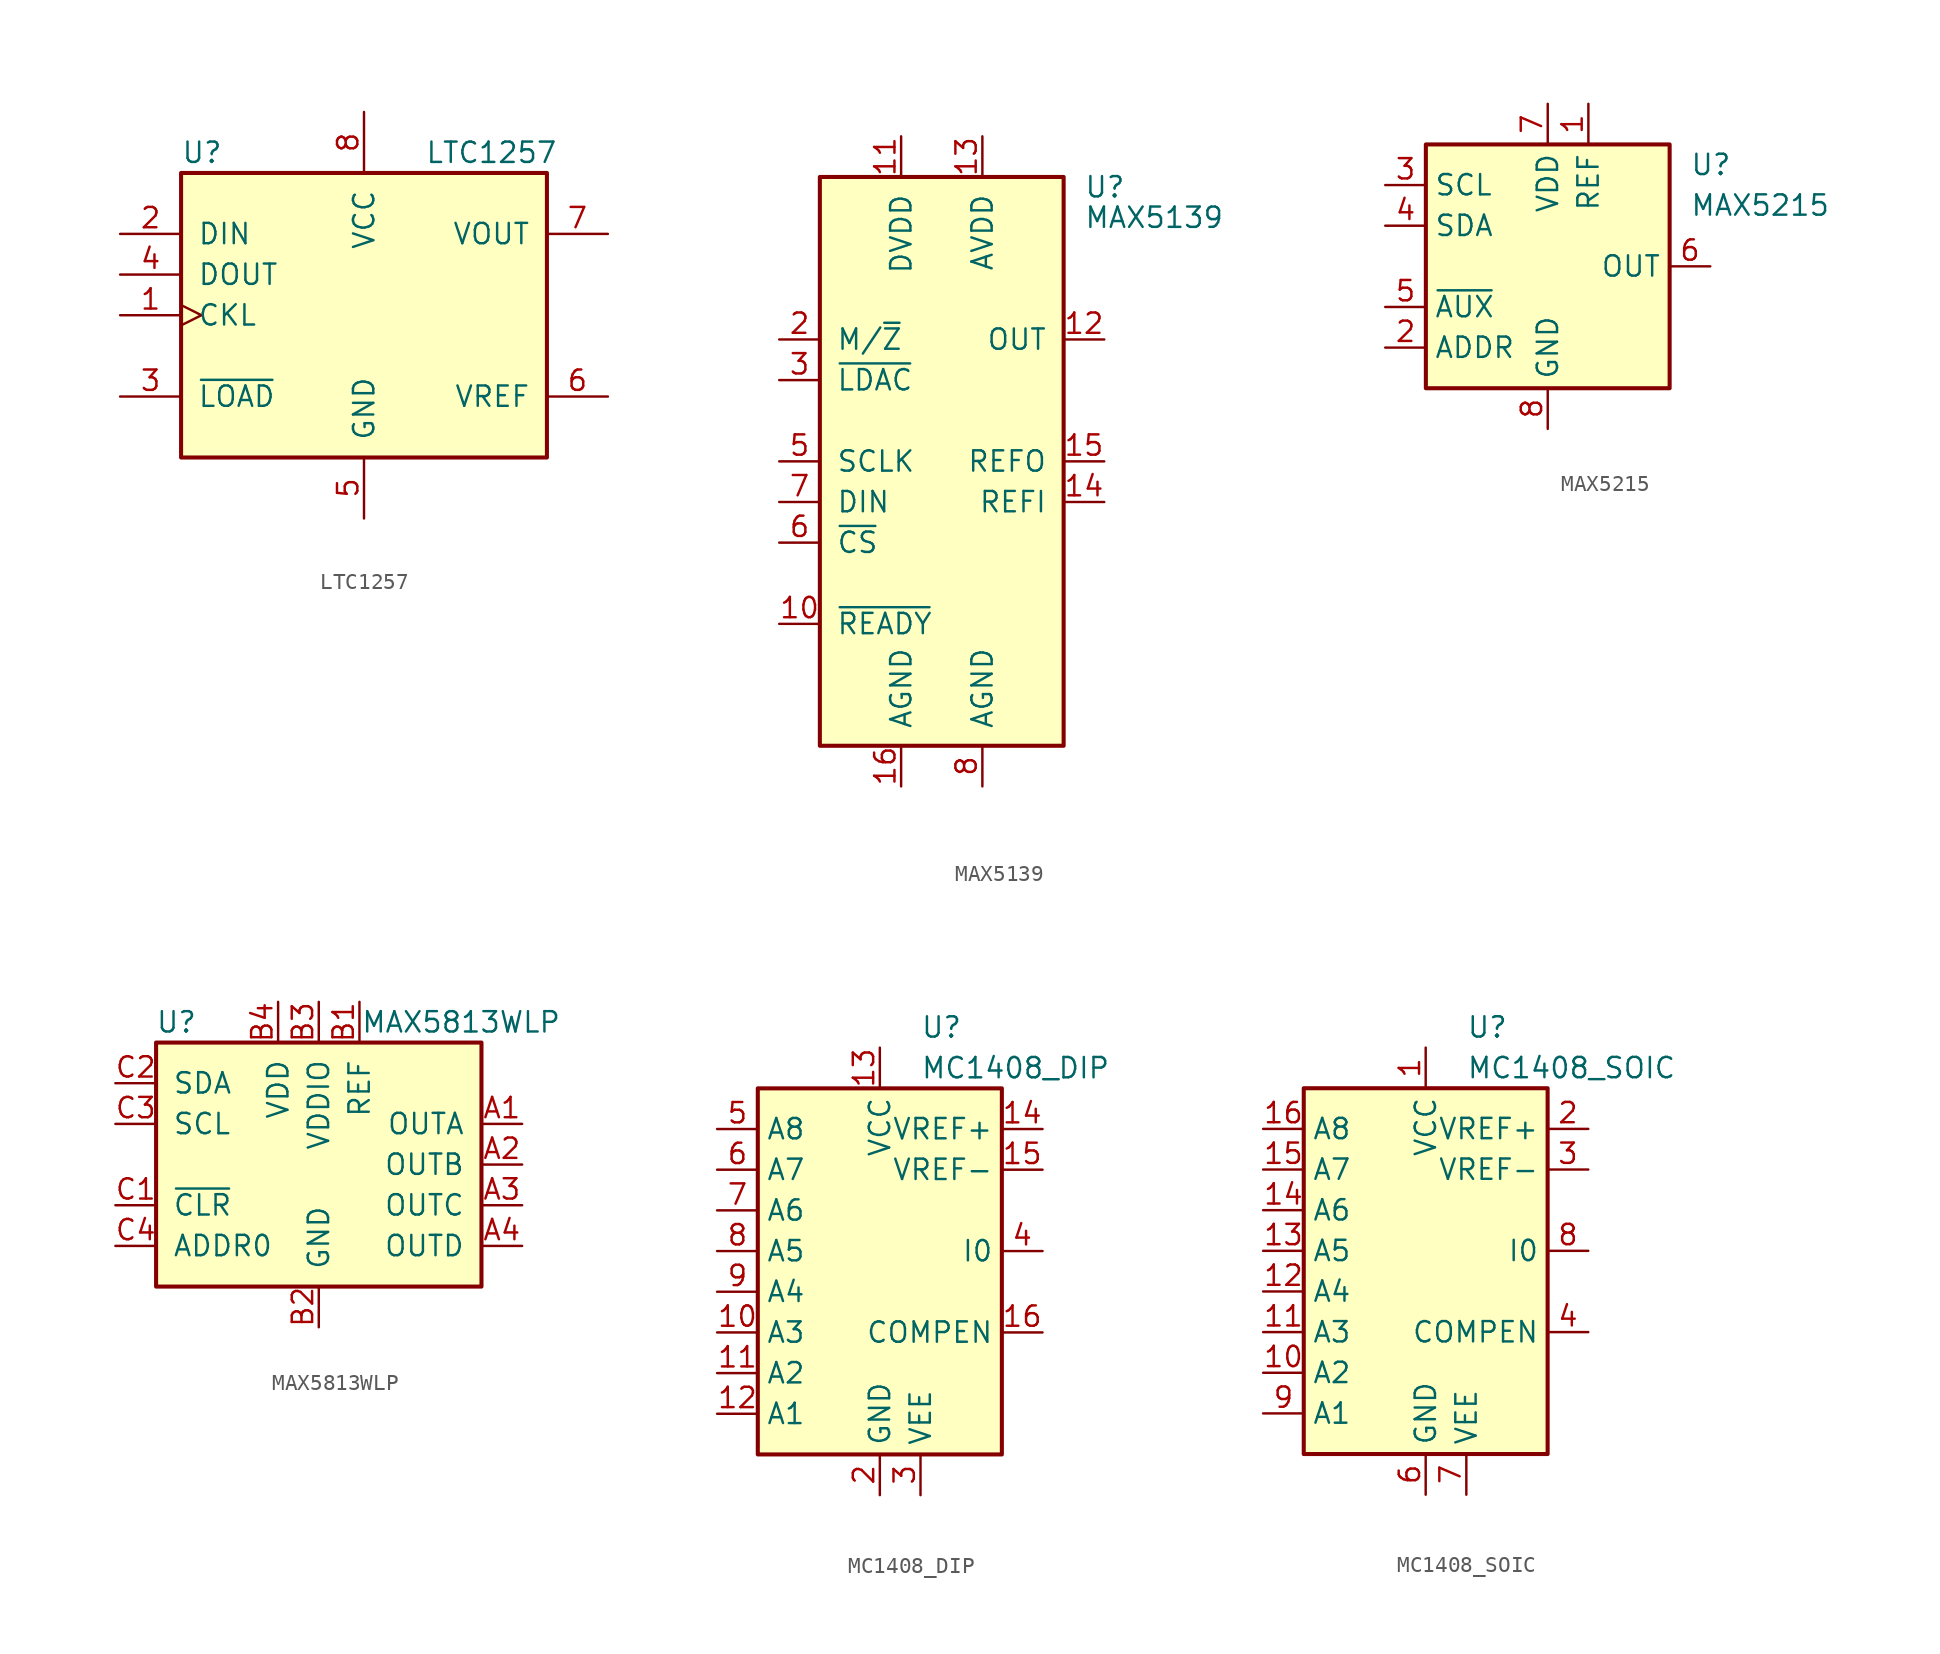
<source format=kicad_sym>
(kicad_symbol_lib
  (version 20201005)
  (generator kicad_symbol_editor)
  (symbol "LTC1257"
    (pin_names
      (offset 1.016))
    (property "Reference" "U"
      (at -11.43 10.16 0)
      (effects (font (size 1.27 1.27)) (justify left)))
    (property "Value" "LTC1257"
      (at 3.81 10.16 0)
      (effects (font (size 1.27 1.27)) (justify left)))
    (symbol "LTC1257_0_1"
      (rectangle (start -11.43 8.89) (end 11.43 -8.89) (stroke (width 0.254)) (fill (type background))))
    (symbol "LTC1257_1_1"
      (pin input clock (at -15.24 0 0) (length 3.81) (name "CKL" (effects (font (size 1.27 1.27)))) (number "1" (effects (font (size 1.27 1.27)))))
      (pin input line (at -15.24 5.08 0) (length 3.81) (name "DIN" (effects (font (size 1.27 1.27)))) (number "2" (effects (font (size 1.27 1.27)))))
      (pin input line (at -15.24 -5.08 0) (length 3.81) (name "~LOAD~" (effects (font (size 1.27 1.27)))) (number "3" (effects (font (size 1.27 1.27)))))
      (pin output line (at -15.24 2.54 0) (length 3.81) (name "DOUT" (effects (font (size 1.27 1.27)))) (number "4" (effects (font (size 1.27 1.27)))))
      (pin power_in line (at 0 -12.7 90) (length 3.81) (name "GND" (effects (font (size 1.27 1.27)))) (number "5" (effects (font (size 1.27 1.27)))))
      (pin bidirectional line (at 15.24 -5.08 180) (length 3.81) (name "VREF" (effects (font (size 1.27 1.27)))) (number "6" (effects (font (size 1.27 1.27)))))
      (pin output line (at 15.24 5.08 180) (length 3.81) (name "VOUT" (effects (font (size 1.27 1.27)))) (number "7" (effects (font (size 1.27 1.27)))))
      (pin power_in line (at 0 12.7 270) (length 3.81) (name "VCC" (effects (font (size 1.27 1.27)))) (number "8" (effects (font (size 1.27 1.27)))))))
  (symbol "MAX5139"
    (pin_names
      (offset 1.016))
    (property "Reference" "U"
      (at 8.89 17.145 0)
      (effects (font (size 1.27 1.27)) (justify left)))
    (property "Value" "MAX5139"
      (at 8.89 15.24 0)
      (effects (font (size 1.27 1.27)) (justify left)))
    (symbol "MAX5139_0_1"
      (rectangle (start -7.62 17.78) (end 7.62 -17.78) (stroke (width 0.254)) (fill (type background))))
    (symbol "MAX5139_1_1"
      (pin no_connect line (at 10.16 -10.16 180) (length 2.54) hide (name "NC" (effects (font (size 1.27 1.27)))) (number "1" (effects (font (size 1.27 1.27)))))
      (pin output line (at -10.16 -10.16 0) (length 2.54) (name "~READY" (effects (font (size 1.27 1.27)))) (number "10" (effects (font (size 1.27 1.27)))))
      (pin power_in line (at -2.54 20.32 270) (length 2.54) (name "DVDD" (effects (font (size 1.27 1.27)))) (number "11" (effects (font (size 1.27 1.27)))))
      (pin output line (at 10.16 7.62 180) (length 2.54) (name "OUT" (effects (font (size 1.27 1.27)))) (number "12" (effects (font (size 1.27 1.27)))))
      (pin power_in line (at 2.54 20.32 270) (length 2.54) (name "AVDD" (effects (font (size 1.27 1.27)))) (number "13" (effects (font (size 1.27 1.27)))))
      (pin input line (at 10.16 -2.54 180) (length 2.54) (name "REFI" (effects (font (size 1.27 1.27)))) (number "14" (effects (font (size 1.27 1.27)))))
      (pin output line (at 10.16 0 180) (length 2.54) (name "REFO" (effects (font (size 1.27 1.27)))) (number "15" (effects (font (size 1.27 1.27)))))
      (pin power_in line (at -2.54 -20.32 90) (length 2.54) (name "AGND" (effects (font (size 1.27 1.27)))) (number "16" (effects (font (size 1.27 1.27)))))
      (pin input line (at -10.16 7.62 0) (length 2.54) (name "M/~Z" (effects (font (size 1.27 1.27)))) (number "2" (effects (font (size 1.27 1.27)))))
      (pin input line (at -10.16 5.08 0) (length 2.54) (name "~LDAC" (effects (font (size 1.27 1.27)))) (number "3" (effects (font (size 1.27 1.27)))))
      (pin no_connect line (at 10.16 -7.62 180) (length 2.54) hide (name "NC" (effects (font (size 1.27 1.27)))) (number "4" (effects (font (size 1.27 1.27)))))
      (pin input line (at -10.16 0 0) (length 2.54) (name "SCLK" (effects (font (size 1.27 1.27)))) (number "5" (effects (font (size 1.27 1.27)))))
      (pin input line (at -10.16 -5.08 0) (length 2.54) (name "~CS" (effects (font (size 1.27 1.27)))) (number "6" (effects (font (size 1.27 1.27)))))
      (pin input line (at -10.16 -2.54 0) (length 2.54) (name "DIN" (effects (font (size 1.27 1.27)))) (number "7" (effects (font (size 1.27 1.27)))))
      (pin power_in line (at 2.54 -20.32 90) (length 2.54) (name "AGND" (effects (font (size 1.27 1.27)))) (number "8" (effects (font (size 1.27 1.27)))))
      (pin no_connect line (at 10.16 -5.08 180) (length 2.54) hide (name "NC" (effects (font (size 1.27 1.27)))) (number "9" (effects (font (size 1.27 1.27)))))))
  (symbol "MAX5215"
    (property "Reference" "U"
      (at 8.89 6.35 0)
      (effects (font (size 1.27 1.27)) (justify left)))
    (property "Value" "MAX5215"
      (at 8.89 3.81 0)
      (effects (font (size 1.27 1.27)) (justify left)))
    (symbol "MAX5215_0_1"
      (rectangle (start -7.62 7.62) (end 7.62 -7.62) (stroke (width 0.254)) (fill (type background))))
    (symbol "MAX5215_1_1"
      (pin power_in line (at 2.54 10.16 270) (length 2.54) (name "REF" (effects (font (size 1.27 1.27)))) (number "1" (effects (font (size 1.27 1.27)))))
      (pin input line (at -10.16 -5.08 0) (length 2.54) (name "ADDR" (effects (font (size 1.27 1.27)))) (number "2" (effects (font (size 1.27 1.27)))))
      (pin input line (at -10.16 5.08 0) (length 2.54) (name "SCL" (effects (font (size 1.27 1.27)))) (number "3" (effects (font (size 1.27 1.27)))))
      (pin bidirectional line (at -10.16 2.54 0) (length 2.54) (name "SDA" (effects (font (size 1.27 1.27)))) (number "4" (effects (font (size 1.27 1.27)))))
      (pin input line (at -10.16 -2.54 0) (length 2.54) (name "~AUX" (effects (font (size 1.27 1.27)))) (number "5" (effects (font (size 1.27 1.27)))))
      (pin output line (at 10.16 0 180) (length 2.54) (name "OUT" (effects (font (size 1.27 1.27)))) (number "6" (effects (font (size 1.27 1.27)))))
      (pin power_in line (at 0 10.16 270) (length 2.54) (name "VDD" (effects (font (size 1.27 1.27)))) (number "7" (effects (font (size 1.27 1.27)))))
      (pin power_in line (at 0 -10.16 90) (length 2.54) (name "GND" (effects (font (size 1.27 1.27)))) (number "8" (effects (font (size 1.27 1.27)))))))
  (symbol "MAX5813WLP"
    (pin_names
      (offset 1.016))
    (property "Reference" "U"
      (at -8.89 8.89 0)
      (effects (font (size 1.27 1.27))))
    (property "Value" "MAX5813WLP"
      (at 8.89 8.89 0)
      (effects (font (size 1.27 1.27))))
    (symbol "MAX5813WLP_0_1"
      (rectangle (start -10.16 7.62) (end 10.16 -7.62) (stroke (width 0.254)) (fill (type background))))
    (symbol "MAX5813WLP_1_1"
      (pin output line (at 12.7 2.54 180) (length 2.54) (name "OUTA" (effects (font (size 1.27 1.27)))) (number "A1" (effects (font (size 1.27 1.27)))))
      (pin output line (at 12.7 0 180) (length 2.54) (name "OUTB" (effects (font (size 1.27 1.27)))) (number "A2" (effects (font (size 1.27 1.27)))))
      (pin output line (at 12.7 -2.54 180) (length 2.54) (name "OUTC" (effects (font (size 1.27 1.27)))) (number "A3" (effects (font (size 1.27 1.27)))))
      (pin output line (at 12.7 -5.08 180) (length 2.54) (name "OUTD" (effects (font (size 1.27 1.27)))) (number "A4" (effects (font (size 1.27 1.27)))))
      (pin power_in line (at 2.54 10.16 270) (length 2.54) (name "REF" (effects (font (size 1.27 1.27)))) (number "B1" (effects (font (size 1.27 1.27)))))
      (pin power_in line (at 0 -10.16 90) (length 2.54) (name "GND" (effects (font (size 1.27 1.27)))) (number "B2" (effects (font (size 1.27 1.27)))))
      (pin power_in line (at 0 10.16 270) (length 2.54) (name "VDDIO" (effects (font (size 1.27 1.27)))) (number "B3" (effects (font (size 1.27 1.27)))))
      (pin power_in line (at -2.54 10.16 270) (length 2.54) (name "VDD" (effects (font (size 1.27 1.27)))) (number "B4" (effects (font (size 1.27 1.27)))))
      (pin input line (at -12.7 -2.54 0) (length 2.54) (name "~CLR" (effects (font (size 1.27 1.27)))) (number "C1" (effects (font (size 1.27 1.27)))))
      (pin bidirectional line (at -12.7 5.08 0) (length 2.54) (name "SDA" (effects (font (size 1.27 1.27)))) (number "C2" (effects (font (size 1.27 1.27)))))
      (pin input line (at -12.7 2.54 0) (length 2.54) (name "SCL" (effects (font (size 1.27 1.27)))) (number "C3" (effects (font (size 1.27 1.27)))))
      (pin input line (at -12.7 -5.08 0) (length 2.54) (name "ADDR0" (effects (font (size 1.27 1.27)))) (number "C4" (effects (font (size 1.27 1.27)))))))
  (symbol "MC1408_DIP"
    (property "Reference" "U"
      (at 2.54 16.51 0)
      (effects (font (size 1.27 1.27)) (justify left)))
    (property "Value" "MC1408_DIP"
      (at 2.54 13.97 0)
      (effects (font (size 1.27 1.27)) (justify left)))
    (symbol "MC1408_DIP_0_0"
      (rectangle (start -7.62 -10.16) (end 7.62 12.7) (stroke (width 0.254)) (fill (type background))))
    (symbol "MC1408_DIP_1_1"
      (pin no_connect line (at 10.16 -5.08 180) (length 2.54) hide (name "NC" (effects (font (size 1.27 1.27)))) (number "1" (effects (font (size 1.27 1.27)))))
      (pin input line (at -10.16 -2.54 0) (length 2.54) (name "A3" (effects (font (size 1.27 1.27)))) (number "10" (effects (font (size 1.27 1.27)))))
      (pin input line (at -10.16 -5.08 0) (length 2.54) (name "A2" (effects (font (size 1.27 1.27)))) (number "11" (effects (font (size 1.27 1.27)))))
      (pin input line (at -10.16 -7.62 0) (length 2.54) (name "A1" (effects (font (size 1.27 1.27)))) (number "12" (effects (font (size 1.27 1.27)))))
      (pin power_in line (at 0 15.24 270) (length 2.54) (name "VCC" (effects (font (size 1.27 1.27)))) (number "13" (effects (font (size 1.27 1.27)))))
      (pin output line (at 10.16 10.16 180) (length 2.54) (name "VREF+" (effects (font (size 1.27 1.27)))) (number "14" (effects (font (size 1.27 1.27)))))
      (pin output line (at 10.16 7.62 180) (length 2.54) (name "VREF-" (effects (font (size 1.27 1.27)))) (number "15" (effects (font (size 1.27 1.27)))))
      (pin passive line (at 10.16 -2.54 180) (length 2.54) (name "COMPEN" (effects (font (size 1.27 1.27)))) (number "16" (effects (font (size 1.27 1.27)))))
      (pin power_in line (at 0 -12.7 90) (length 2.54) (name "GND" (effects (font (size 1.27 1.27)))) (number "2" (effects (font (size 1.27 1.27)))))
      (pin power_in line (at 2.54 -12.7 90) (length 2.54) (name "VEE" (effects (font (size 1.27 1.27)))) (number "3" (effects (font (size 1.27 1.27)))))
      (pin input line (at 10.16 2.54 180) (length 2.54) (name "I0" (effects (font (size 1.27 1.27)))) (number "4" (effects (font (size 1.27 1.27)))))
      (pin input line (at -10.16 10.16 0) (length 2.54) (name "A8" (effects (font (size 1.27 1.27)))) (number "5" (effects (font (size 1.27 1.27)))))
      (pin input line (at -10.16 7.62 0) (length 2.54) (name "A7" (effects (font (size 1.27 1.27)))) (number "6" (effects (font (size 1.27 1.27)))))
      (pin input line (at -10.16 5.08 0) (length 2.54) (name "A6" (effects (font (size 1.27 1.27)))) (number "7" (effects (font (size 1.27 1.27)))))
      (pin input line (at -10.16 2.54 0) (length 2.54) (name "A5" (effects (font (size 1.27 1.27)))) (number "8" (effects (font (size 1.27 1.27)))))
      (pin input line (at -10.16 0 0) (length 2.54) (name "A4" (effects (font (size 1.27 1.27)))) (number "9" (effects (font (size 1.27 1.27)))))))
  (symbol "MC1408_SOIC"
    (property "Reference" "U"
      (at 2.54 16.51 0)
      (effects (font (size 1.27 1.27)) (justify left)))
    (property "Value" "MC1408_SOIC"
      (at 2.54 13.97 0)
      (effects (font (size 1.27 1.27)) (justify left)))
    (symbol "MC1408_SOIC_0_0"
      (rectangle (start -7.62 -10.16) (end 7.62 12.7) (stroke (width 0.254)) (fill (type background))))
    (symbol "MC1408_SOIC_1_1"
      (pin power_in line (at 0 15.24 270) (length 2.54) (name "VCC" (effects (font (size 1.27 1.27)))) (number "1" (effects (font (size 1.27 1.27)))))
      (pin input line (at -10.16 -5.08 0) (length 2.54) (name "A2" (effects (font (size 1.27 1.27)))) (number "10" (effects (font (size 1.27 1.27)))))
      (pin input line (at -10.16 -2.54 0) (length 2.54) (name "A3" (effects (font (size 1.27 1.27)))) (number "11" (effects (font (size 1.27 1.27)))))
      (pin input line (at -10.16 0 0) (length 2.54) (name "A4" (effects (font (size 1.27 1.27)))) (number "12" (effects (font (size 1.27 1.27)))))
      (pin input line (at -10.16 2.54 0) (length 2.54) (name "A5" (effects (font (size 1.27 1.27)))) (number "13" (effects (font (size 1.27 1.27)))))
      (pin input line (at -10.16 5.08 0) (length 2.54) (name "A6" (effects (font (size 1.27 1.27)))) (number "14" (effects (font (size 1.27 1.27)))))
      (pin input line (at -10.16 7.62 0) (length 2.54) (name "A7" (effects (font (size 1.27 1.27)))) (number "15" (effects (font (size 1.27 1.27)))))
      (pin input line (at -10.16 10.16 0) (length 2.54) (name "A8" (effects (font (size 1.27 1.27)))) (number "16" (effects (font (size 1.27 1.27)))))
      (pin output line (at 10.16 10.16 180) (length 2.54) (name "VREF+" (effects (font (size 1.27 1.27)))) (number "2" (effects (font (size 1.27 1.27)))))
      (pin output line (at 10.16 7.62 180) (length 2.54) (name "VREF-" (effects (font (size 1.27 1.27)))) (number "3" (effects (font (size 1.27 1.27)))))
      (pin passive line (at 10.16 -2.54 180) (length 2.54) (name "COMPEN" (effects (font (size 1.27 1.27)))) (number "4" (effects (font (size 1.27 1.27)))))
      (pin no_connect line (at 10.16 -5.08 180) (length 2.54) hide (name "NC" (effects (font (size 1.27 1.27)))) (number "5" (effects (font (size 1.27 1.27)))))
      (pin power_in line (at 0 -12.7 90) (length 2.54) (name "GND" (effects (font (size 1.27 1.27)))) (number "6" (effects (font (size 1.27 1.27)))))
      (pin power_in line (at 2.54 -12.7 90) (length 2.54) (name "VEE" (effects (font (size 1.27 1.27)))) (number "7" (effects (font (size 1.27 1.27)))))
      (pin input line (at 10.16 2.54 180) (length 2.54) (name "I0" (effects (font (size 1.27 1.27)))) (number "8" (effects (font (size 1.27 1.27)))))
      (pin input line (at -10.16 -7.62 0) (length 2.54) (name "A1" (effects (font (size 1.27 1.27)))) (number "9" (effects (font (size 1.27 1.27))))))))
</source>
